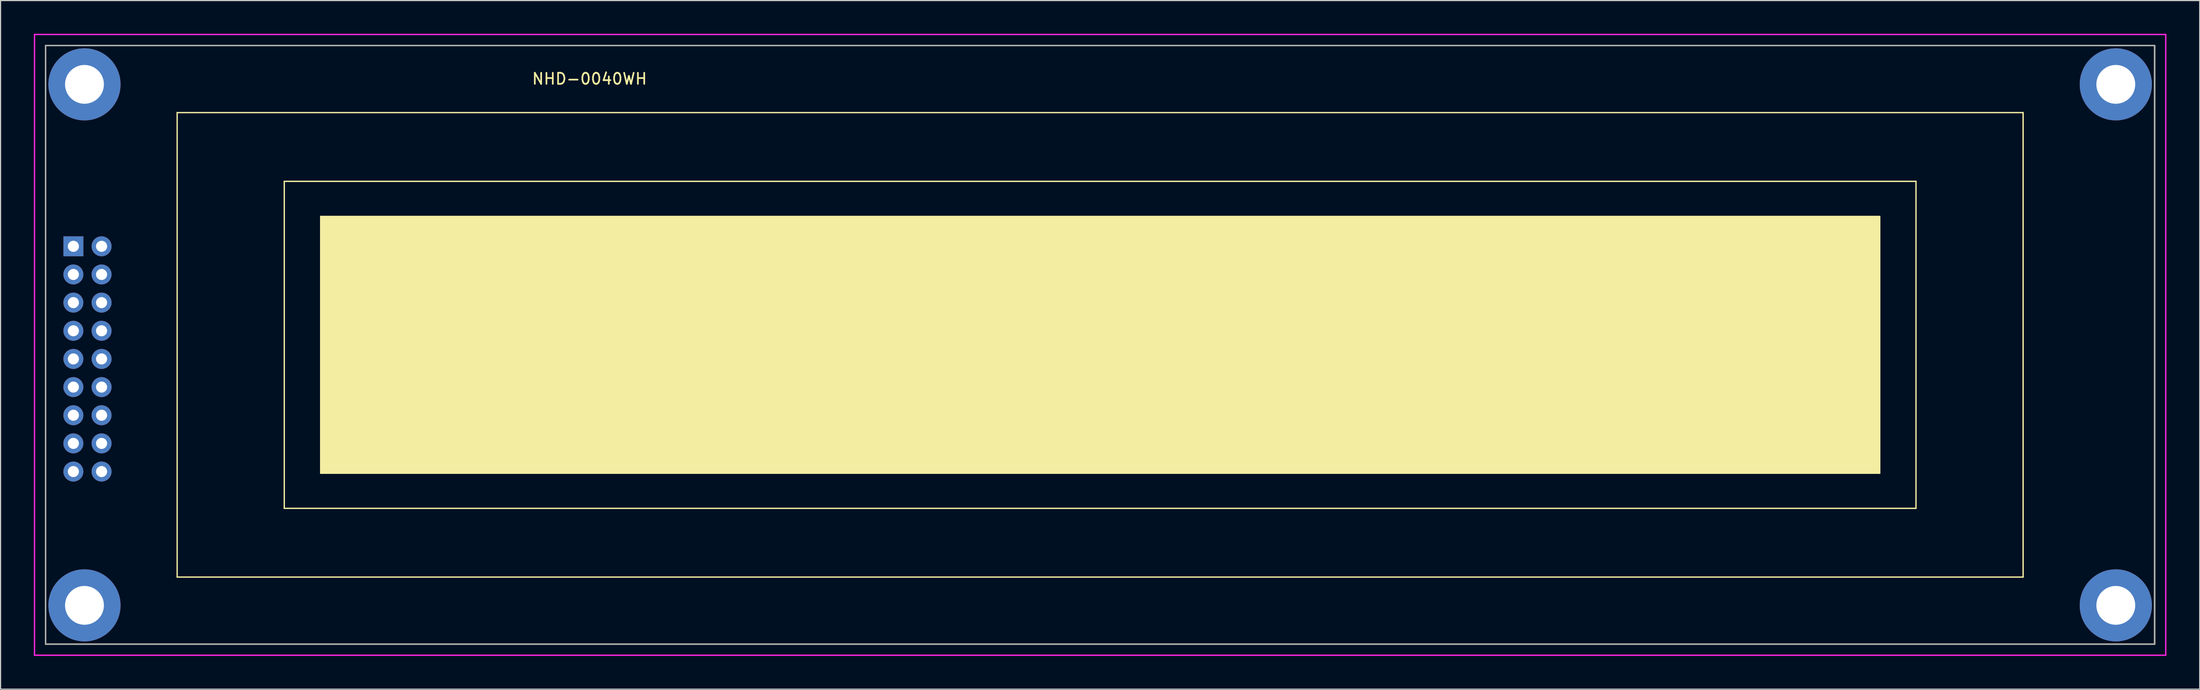
<source format=kicad_pcb>
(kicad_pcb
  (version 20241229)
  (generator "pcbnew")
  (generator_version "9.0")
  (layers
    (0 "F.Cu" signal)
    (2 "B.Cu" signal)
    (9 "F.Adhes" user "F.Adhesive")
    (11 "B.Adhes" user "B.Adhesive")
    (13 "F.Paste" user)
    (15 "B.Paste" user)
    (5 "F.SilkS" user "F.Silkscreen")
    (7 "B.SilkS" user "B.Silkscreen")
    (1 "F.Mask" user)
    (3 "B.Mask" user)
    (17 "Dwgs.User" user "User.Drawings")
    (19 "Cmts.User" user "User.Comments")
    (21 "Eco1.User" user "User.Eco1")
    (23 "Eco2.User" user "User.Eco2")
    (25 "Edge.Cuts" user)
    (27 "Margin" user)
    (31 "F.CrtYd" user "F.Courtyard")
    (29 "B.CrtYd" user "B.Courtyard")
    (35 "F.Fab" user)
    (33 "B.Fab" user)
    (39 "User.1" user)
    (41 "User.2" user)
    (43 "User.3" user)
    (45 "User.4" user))
  (footprint "NHD-0040WH"
    (layer "F.Cu")
    (at 1.06 1.06)
    (property "Reference" "NHD-0040WH" (at 49 3 0) (layer "F.SilkS") (effects (font (size 1 1) (thickness 0.15))))
    (attr through_hole)
    (fp_line (start 0 0) (end 190 0) (stroke (width 0.12) (type solid)) (layer "F.SilkS"))
    (fp_line (start 0 54) (end 0 0) (stroke (width 0.12) (type solid)) (layer "F.SilkS"))
    (fp_line (start 11.85 6.05) (end 178.15 6.05) (stroke (width 0.12) (type solid)) (layer "F.SilkS"))
    (fp_line (start 11.85 47.95) (end 11.85 6.05) (stroke (width 0.12) (type solid)) (layer "F.SilkS"))
    (fp_line (start 21.5 12.25) (end 168.5 12.25) (stroke (width 0.12) (type solid)) (layer "F.SilkS"))
    (fp_line (start 21.5 41.75) (end 21.5 12.25) (stroke (width 0.12) (type solid)) (layer "F.SilkS"))
    (fp_line (start 24.78 15.42) (end 24.78 38.58) (stroke (width 0.12) (type solid)) (layer "F.SilkS"))
    (fp_line (start 165.23 15.42) (end 24.78 15.42) (stroke (width 0.12) (type solid)) (layer "F.SilkS"))
    (fp_line (start 165.23 15.42) (end 165.23 38.58) (stroke (width 0.12) (type solid)) (layer "F.SilkS"))
    (fp_line (start 165.23 38.58) (end 24.78 38.58) (stroke (width 0.12) (type solid)) (layer "F.SilkS"))
    (fp_line (start 168.5 12.25) (end 168.5 41.75) (stroke (width 0.12) (type solid)) (layer "F.SilkS"))
    (fp_line (start 168.5 41.75) (end 21.5 41.75) (stroke (width 0.12) (type solid)) (layer "F.SilkS"))
    (fp_line (start 178.15 6.05) (end 178.15 47.95) (stroke (width 0.12) (type solid)) (layer "F.SilkS"))
    (fp_line (start 178.15 47.95) (end 11.85 47.95) (stroke (width 0.12) (type solid)) (layer "F.SilkS"))
    (fp_line (start 190 0) (end 190 54) (stroke (width 0.12) (type solid)) (layer "F.SilkS"))
    (fp_line (start 190 54) (end 0 54) (stroke (width 0.12) (type solid)) (layer "F.SilkS"))
    (fp_poly (pts (xy 165.23 38.58) (xy 24.78 38.58) (xy 24.78 15.42) (xy 165.23 15.42)) (stroke (width 0.1) (type solid)) (fill yes) (layer "F.SilkS"))
    (fp_line (start -1 -1) (end 191 -1) (stroke (width 0.12) (type solid)) (layer "F.CrtYd"))
    (fp_line (start -1 55) (end -1 -1) (stroke (width 0.12) (type solid)) (layer "F.CrtYd"))
    (fp_line (start 191 -1) (end 191 55) (stroke (width 0.12) (type solid)) (layer "F.CrtYd"))
    (fp_line (start 191 55) (end -1 55) (stroke (width 0.12) (type solid)) (layer "F.CrtYd"))
    (fp_line (start 0 0) (end 190 0) (stroke (width 0.12) (type solid)) (layer "F.Fab"))
    (fp_line (start 0 54) (end 0 0) (stroke (width 0.12) (type solid)) (layer "F.Fab"))
    (fp_line (start 190 0) (end 190 54) (stroke (width 0.12) (type solid)) (layer "F.Fab"))
    (fp_line (start 190 54) (end 0 54) (stroke (width 0.12) (type solid)) (layer "F.Fab"))
    (pad "" np_thru_hole circle (at 3.5 3.5) (size 6.5 6.5) (drill 3.5) (layers "*.Cu" "*.Mask"))
    (pad "" np_thru_hole circle (at 3.5 50.5) (size 6.5 6.5) (drill 3.5) (layers "*.Cu" "*.Mask"))
    (pad "" np_thru_hole circle (at 186.5 3.5) (size 6.5 6.5) (drill 3.5) (layers "*.Cu" "*.Mask"))
    (pad "" np_thru_hole circle (at 186.5 50.5) (size 6.5 6.5) (drill 3.5) (layers "*.Cu" "*.Mask"))
    (pad "1" thru_hole rect (at 2.5 18.11) (size 1.8 1.8) (drill 1) (layers "*.Cu" "*.Mask"))
    (pad "2" thru_hole circle (at 5.04 18.11) (size 1.8 1.8) (drill 1) (layers "*.Cu" "*.Mask"))
    (pad "3" thru_hole circle (at 2.5 20.65) (size 1.8 1.8) (drill 1) (layers "*.Cu" "*.Mask"))
    (pad "4" thru_hole circle (at 5.04 20.65) (size 1.8 1.8) (drill 1) (layers "*.Cu" "*.Mask"))
    (pad "5" thru_hole circle (at 2.5 23.19) (size 1.8 1.8) (drill 1) (layers "*.Cu" "*.Mask"))
    (pad "6" thru_hole circle (at 5.04 23.19) (size 1.8 1.8) (drill 1) (layers "*.Cu" "*.Mask"))
    (pad "7" thru_hole circle (at 2.5 25.73) (size 1.8 1.8) (drill 1) (layers "*.Cu" "*.Mask"))
    (pad "8" thru_hole circle (at 5.04 25.73) (size 1.8 1.8) (drill 1) (layers "*.Cu" "*.Mask"))
    (pad "9" thru_hole circle (at 2.5 28.27) (size 1.8 1.8) (drill 1) (layers "*.Cu" "*.Mask"))
    (pad "10" thru_hole circle (at 5.04 28.27) (size 1.8 1.8) (drill 1) (layers "*.Cu" "*.Mask"))
    (pad "11" thru_hole circle (at 2.5 30.81) (size 1.8 1.8) (drill 1) (layers "*.Cu" "*.Mask"))
    (pad "12" thru_hole circle (at 5.04 30.81) (size 1.8 1.8) (drill 1) (layers "*.Cu" "*.Mask"))
    (pad "13" thru_hole circle (at 2.5 33.35) (size 1.8 1.8) (drill 1) (layers "*.Cu" "*.Mask"))
    (pad "14" thru_hole circle (at 5.04 33.35) (size 1.8 1.8) (drill 1) (layers "*.Cu" "*.Mask"))
    (pad "15" thru_hole circle (at 2.5 35.89) (size 1.8 1.8) (drill 1) (layers "*.Cu" "*.Mask"))
    (pad "16" thru_hole circle (at 5.04 35.89) (size 1.8 1.8) (drill 1) (layers "*.Cu" "*.Mask"))
    (pad "17" thru_hole circle (at 2.5 38.43) (size 1.8 1.8) (drill 1) (layers "*.Cu" "*.Mask"))
    (pad "18" thru_hole circle (at 5.04 38.43) (size 1.8 1.8) (drill 1) (layers "*.Cu" "*.Mask")))
  (gr_rect
    (start -3 -3)
    (end 195.12 59.12)
    (stroke (width 0.1) (type default))
    (fill no)
    (layer "Edge.Cuts")))
</source>
